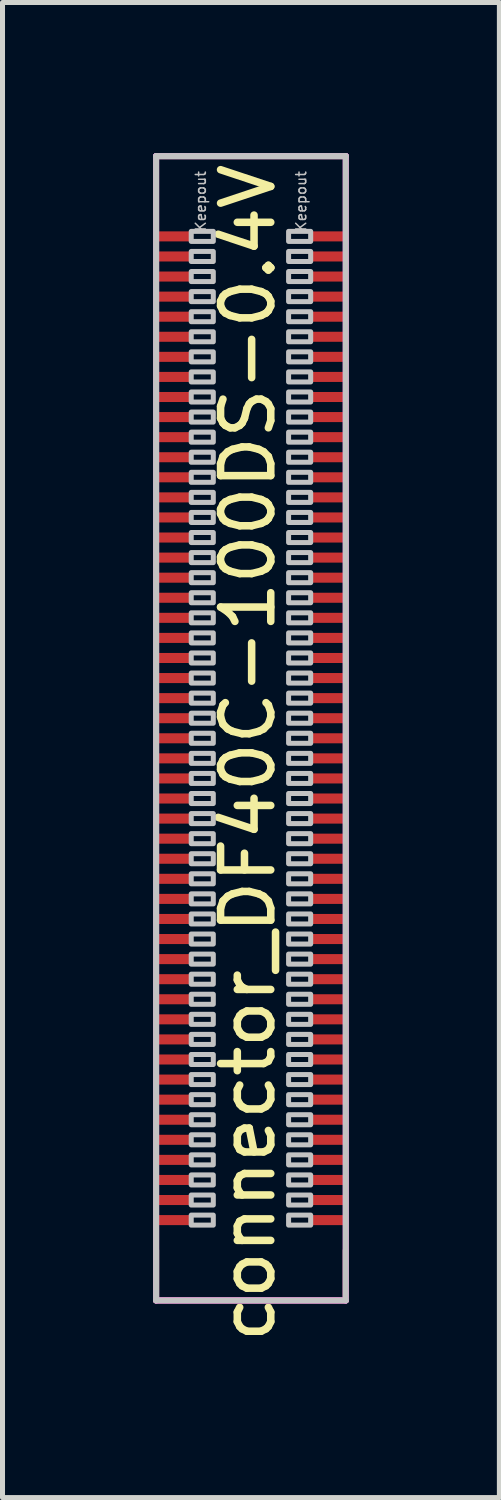
<source format=kicad_pcb>
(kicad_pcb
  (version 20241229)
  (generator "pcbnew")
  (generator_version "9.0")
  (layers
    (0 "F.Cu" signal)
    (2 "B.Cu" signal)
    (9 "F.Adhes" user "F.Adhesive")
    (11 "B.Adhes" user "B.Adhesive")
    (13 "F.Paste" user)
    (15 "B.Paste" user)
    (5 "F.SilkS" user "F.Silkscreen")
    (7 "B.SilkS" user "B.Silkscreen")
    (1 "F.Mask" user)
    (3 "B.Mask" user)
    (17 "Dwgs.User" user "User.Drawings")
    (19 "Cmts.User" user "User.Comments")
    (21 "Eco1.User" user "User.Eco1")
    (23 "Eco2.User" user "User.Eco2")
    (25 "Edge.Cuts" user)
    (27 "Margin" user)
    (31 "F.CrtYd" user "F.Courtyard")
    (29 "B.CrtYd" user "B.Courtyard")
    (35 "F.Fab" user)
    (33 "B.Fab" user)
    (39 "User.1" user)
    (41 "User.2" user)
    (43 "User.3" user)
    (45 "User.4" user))
  (footprint "connector_DF40C-100DS-0.4V"
    (layer "F.Cu")
    (at 1.95 11.46)
    (property "Reference" "connector_DF40C-100DS-0.4V" (at -0.06 0.49 90) (layer "F.SilkS") (effects (font (size 1 1) (thickness 0.15))))
    (attr through_hole)
    (fp_line (start -1.89 -11.4) (end 1.89 -11.4) (stroke (width 0.12) (type solid)) (layer "F.SilkS"))
    (fp_line (start -1.89 11.4) (end -1.89 10.4) (stroke (width 0.12) (type solid)) (layer "F.SilkS"))
    (fp_line (start -1.89 11.4) (end 1.89 11.4) (stroke (width 0.12) (type solid)) (layer "F.SilkS"))
    (fp_line (start 1.89 11.4) (end 1.89 10.4) (stroke (width 0.12) (type solid)) (layer "F.SilkS"))
    (fp_line (start -1.89 -11.4) (end 1.89 -11.4) (stroke (width 0.12) (type solid)) (layer "Dwgs.User"))
    (fp_line (start -1.89 11.4) (end -1.89 -11.4) (stroke (width 0.12) (type solid)) (layer "Dwgs.User"))
    (fp_line (start 1.89 -11.4) (end 1.89 11.4) (stroke (width 0.12) (type solid)) (layer "Dwgs.User"))
    (fp_line (start 1.89 11.4) (end -1.89 11.4) (stroke (width 0.12) (type solid)) (layer "Dwgs.User"))
    (fp_poly (pts (xy -0.75 -9.7) (xy -1.19 -9.7) (xy -1.19 -9.9) (xy -0.75 -9.9)) (stroke (width 0.1) (type solid)) (fill no) (layer "Dwgs.User"))
    (fp_poly (pts (xy -0.75 -9.3) (xy -1.19 -9.3) (xy -1.19 -9.5) (xy -0.75 -9.5)) (stroke (width 0.1) (type solid)) (fill no) (layer "Dwgs.User"))
    (fp_poly (pts (xy -0.75 -8.9) (xy -1.19 -8.9) (xy -1.19 -9.1) (xy -0.75 -9.1)) (stroke (width 0.1) (type solid)) (fill no) (layer "Dwgs.User"))
    (fp_poly (pts (xy -0.75 -8.5) (xy -1.19 -8.5) (xy -1.19 -8.7) (xy -0.75 -8.7)) (stroke (width 0.1) (type solid)) (fill no) (layer "Dwgs.User"))
    (fp_poly (pts (xy -0.75 -8.1) (xy -1.19 -8.1) (xy -1.19 -8.3) (xy -0.75 -8.3)) (stroke (width 0.1) (type solid)) (fill no) (layer "Dwgs.User"))
    (fp_poly (pts (xy -0.75 -7.7) (xy -1.19 -7.7) (xy -1.19 -7.9) (xy -0.75 -7.9)) (stroke (width 0.1) (type solid)) (fill no) (layer "Dwgs.User"))
    (fp_poly (pts (xy -0.75 -7.3) (xy -1.19 -7.3) (xy -1.19 -7.5) (xy -0.75 -7.5)) (stroke (width 0.1) (type solid)) (fill no) (layer "Dwgs.User"))
    (fp_poly (pts (xy -0.75 -6.9) (xy -1.19 -6.9) (xy -1.19 -7.1) (xy -0.75 -7.1)) (stroke (width 0.1) (type solid)) (fill no) (layer "Dwgs.User"))
    (fp_poly (pts (xy -0.75 -6.5) (xy -1.19 -6.5) (xy -1.19 -6.7) (xy -0.75 -6.7)) (stroke (width 0.1) (type solid)) (fill no) (layer "Dwgs.User"))
    (fp_poly (pts (xy -0.75 -6.1) (xy -1.19 -6.1) (xy -1.19 -6.3) (xy -0.75 -6.3)) (stroke (width 0.1) (type solid)) (fill no) (layer "Dwgs.User"))
    (fp_poly (pts (xy -0.75 -5.7) (xy -1.19 -5.7) (xy -1.19 -5.9) (xy -0.75 -5.9)) (stroke (width 0.1) (type solid)) (fill no) (layer "Dwgs.User"))
    (fp_poly (pts (xy -0.75 -5.3) (xy -1.19 -5.3) (xy -1.19 -5.5) (xy -0.75 -5.5)) (stroke (width 0.1) (type solid)) (fill no) (layer "Dwgs.User"))
    (fp_poly (pts (xy -0.75 -4.9) (xy -1.19 -4.9) (xy -1.19 -5.1) (xy -0.75 -5.1)) (stroke (width 0.1) (type solid)) (fill no) (layer "Dwgs.User"))
    (fp_poly (pts (xy -0.75 -4.5) (xy -1.19 -4.5) (xy -1.19 -4.7) (xy -0.75 -4.7)) (stroke (width 0.1) (type solid)) (fill no) (layer "Dwgs.User"))
    (fp_poly (pts (xy -0.75 -4.1) (xy -1.19 -4.1) (xy -1.19 -4.3) (xy -0.75 -4.3)) (stroke (width 0.1) (type solid)) (fill no) (layer "Dwgs.User"))
    (fp_poly (pts (xy -0.75 -3.7) (xy -1.19 -3.7) (xy -1.19 -3.9) (xy -0.75 -3.9)) (stroke (width 0.1) (type solid)) (fill no) (layer "Dwgs.User"))
    (fp_poly (pts (xy -0.75 -3.3) (xy -1.19 -3.3) (xy -1.19 -3.5) (xy -0.75 -3.5)) (stroke (width 0.1) (type solid)) (fill no) (layer "Dwgs.User"))
    (fp_poly (pts (xy -0.75 -2.9) (xy -1.19 -2.9) (xy -1.19 -3.1) (xy -0.75 -3.1)) (stroke (width 0.1) (type solid)) (fill no) (layer "Dwgs.User"))
    (fp_poly (pts (xy -0.75 -2.5) (xy -1.19 -2.5) (xy -1.19 -2.7) (xy -0.75 -2.7)) (stroke (width 0.1) (type solid)) (fill no) (layer "Dwgs.User"))
    (fp_poly (pts (xy -0.75 -2.1) (xy -1.19 -2.1) (xy -1.19 -2.3) (xy -0.75 -2.3)) (stroke (width 0.1) (type solid)) (fill no) (layer "Dwgs.User"))
    (fp_poly (pts (xy -0.75 -1.7) (xy -1.19 -1.7) (xy -1.19 -1.9) (xy -0.75 -1.9)) (stroke (width 0.1) (type solid)) (fill no) (layer "Dwgs.User"))
    (fp_poly (pts (xy -0.75 -1.3) (xy -1.19 -1.3) (xy -1.19 -1.5) (xy -0.75 -1.5)) (stroke (width 0.1) (type solid)) (fill no) (layer "Dwgs.User"))
    (fp_poly (pts (xy -0.75 -0.9) (xy -1.19 -0.9) (xy -1.19 -1.1) (xy -0.75 -1.1)) (stroke (width 0.1) (type solid)) (fill no) (layer "Dwgs.User"))
    (fp_poly (pts (xy -0.75 -0.5) (xy -1.19 -0.5) (xy -1.19 -0.7) (xy -0.75 -0.7)) (stroke (width 0.1) (type solid)) (fill no) (layer "Dwgs.User"))
    (fp_poly (pts (xy -0.75 -0.1) (xy -1.19 -0.1) (xy -1.19 -0.3) (xy -0.75 -0.3)) (stroke (width 0.1) (type solid)) (fill no) (layer "Dwgs.User"))
    (fp_poly (pts (xy -0.75 0.3) (xy -1.19 0.3) (xy -1.19 0.1) (xy -0.75 0.1)) (stroke (width 0.1) (type solid)) (fill no) (layer "Dwgs.User"))
    (fp_poly (pts (xy -0.75 0.7) (xy -1.19 0.7) (xy -1.19 0.5) (xy -0.75 0.5)) (stroke (width 0.1) (type solid)) (fill no) (layer "Dwgs.User"))
    (fp_poly (pts (xy -0.75 1.1) (xy -1.19 1.1) (xy -1.19 0.9) (xy -0.75 0.9)) (stroke (width 0.1) (type solid)) (fill no) (layer "Dwgs.User"))
    (fp_poly (pts (xy -0.75 1.5) (xy -1.19 1.5) (xy -1.19 1.3) (xy -0.75 1.3)) (stroke (width 0.1) (type solid)) (fill no) (layer "Dwgs.User"))
    (fp_poly (pts (xy -0.75 1.9) (xy -1.19 1.9) (xy -1.19 1.7) (xy -0.75 1.7)) (stroke (width 0.1) (type solid)) (fill no) (layer "Dwgs.User"))
    (fp_poly (pts (xy -0.75 2.3) (xy -1.19 2.3) (xy -1.19 2.1) (xy -0.75 2.1)) (stroke (width 0.1) (type solid)) (fill no) (layer "Dwgs.User"))
    (fp_poly (pts (xy -0.75 2.7) (xy -1.19 2.7) (xy -1.19 2.5) (xy -0.75 2.5)) (stroke (width 0.1) (type solid)) (fill no) (layer "Dwgs.User"))
    (fp_poly (pts (xy -0.75 3.1) (xy -1.19 3.1) (xy -1.19 2.9) (xy -0.75 2.9)) (stroke (width 0.1) (type solid)) (fill no) (layer "Dwgs.User"))
    (fp_poly (pts (xy -0.75 3.5) (xy -1.19 3.5) (xy -1.19 3.3) (xy -0.75 3.3)) (stroke (width 0.1) (type solid)) (fill no) (layer "Dwgs.User"))
    (fp_poly (pts (xy -0.75 3.9) (xy -1.19 3.9) (xy -1.19 3.7) (xy -0.75 3.7)) (stroke (width 0.1) (type solid)) (fill no) (layer "Dwgs.User"))
    (fp_poly (pts (xy -0.75 4.3) (xy -1.19 4.3) (xy -1.19 4.1) (xy -0.75 4.1)) (stroke (width 0.1) (type solid)) (fill no) (layer "Dwgs.User"))
    (fp_poly (pts (xy -0.75 4.7) (xy -1.19 4.7) (xy -1.19 4.5) (xy -0.75 4.5)) (stroke (width 0.1) (type solid)) (fill no) (layer "Dwgs.User"))
    (fp_poly (pts (xy -0.75 5.1) (xy -1.19 5.1) (xy -1.19 4.9) (xy -0.75 4.9)) (stroke (width 0.1) (type solid)) (fill no) (layer "Dwgs.User"))
    (fp_poly (pts (xy -0.75 5.5) (xy -1.19 5.5) (xy -1.19 5.3) (xy -0.75 5.3)) (stroke (width 0.1) (type solid)) (fill no) (layer "Dwgs.User"))
    (fp_poly (pts (xy -0.75 5.9) (xy -1.19 5.9) (xy -1.19 5.7) (xy -0.75 5.7)) (stroke (width 0.1) (type solid)) (fill no) (layer "Dwgs.User"))
    (fp_poly (pts (xy -0.75 6.3) (xy -1.19 6.3) (xy -1.19 6.1) (xy -0.75 6.1)) (stroke (width 0.1) (type solid)) (fill no) (layer "Dwgs.User"))
    (fp_poly (pts (xy -0.75 6.7) (xy -1.19 6.7) (xy -1.19 6.5) (xy -0.75 6.5)) (stroke (width 0.1) (type solid)) (fill no) (layer "Dwgs.User"))
    (fp_poly (pts (xy -0.75 7.1) (xy -1.19 7.1) (xy -1.19 6.9) (xy -0.75 6.9)) (stroke (width 0.1) (type solid)) (fill no) (layer "Dwgs.User"))
    (fp_poly (pts (xy -0.75 7.5) (xy -1.19 7.5) (xy -1.19 7.3) (xy -0.75 7.3)) (stroke (width 0.1) (type solid)) (fill no) (layer "Dwgs.User"))
    (fp_poly (pts (xy -0.75 7.9) (xy -1.19 7.9) (xy -1.19 7.7) (xy -0.75 7.7)) (stroke (width 0.1) (type solid)) (fill no) (layer "Dwgs.User"))
    (fp_poly (pts (xy -0.75 8.3) (xy -1.19 8.3) (xy -1.19 8.1) (xy -0.75 8.1)) (stroke (width 0.1) (type solid)) (fill no) (layer "Dwgs.User"))
    (fp_poly (pts (xy -0.75 8.7) (xy -1.19 8.7) (xy -1.19 8.5) (xy -0.75 8.5)) (stroke (width 0.1) (type solid)) (fill no) (layer "Dwgs.User"))
    (fp_poly (pts (xy -0.75 9.1) (xy -1.19 9.1) (xy -1.19 8.9) (xy -0.75 8.9)) (stroke (width 0.1) (type solid)) (fill no) (layer "Dwgs.User"))
    (fp_poly (pts (xy -0.75 9.5) (xy -1.19 9.5) (xy -1.19 9.3) (xy -0.75 9.3)) (stroke (width 0.1) (type solid)) (fill no) (layer "Dwgs.User"))
    (fp_poly (pts (xy -0.75 9.9) (xy -1.19 9.9) (xy -1.19 9.7) (xy -0.75 9.7)) (stroke (width 0.1) (type solid)) (fill no) (layer "Dwgs.User"))
    (fp_poly (pts (xy 1.19 -9.7) (xy 0.75 -9.7) (xy 0.75 -9.9) (xy 1.19 -9.9)) (stroke (width 0.1) (type solid)) (fill no) (layer "Dwgs.User"))
    (fp_poly (pts (xy 1.19 -9.3) (xy 0.75 -9.3) (xy 0.75 -9.5) (xy 1.19 -9.5)) (stroke (width 0.1) (type solid)) (fill no) (layer "Dwgs.User"))
    (fp_poly (pts (xy 1.19 -8.9) (xy 0.75 -8.9) (xy 0.75 -9.1) (xy 1.19 -9.1)) (stroke (width 0.1) (type solid)) (fill no) (layer "Dwgs.User"))
    (fp_poly (pts (xy 1.19 -8.5) (xy 0.75 -8.5) (xy 0.75 -8.7) (xy 1.19 -8.7)) (stroke (width 0.1) (type solid)) (fill no) (layer "Dwgs.User"))
    (fp_poly (pts (xy 1.19 -8.1) (xy 0.75 -8.1) (xy 0.75 -8.3) (xy 1.19 -8.3)) (stroke (width 0.1) (type solid)) (fill no) (layer "Dwgs.User"))
    (fp_poly (pts (xy 1.19 -7.7) (xy 0.75 -7.7) (xy 0.75 -7.9) (xy 1.19 -7.9)) (stroke (width 0.1) (type solid)) (fill no) (layer "Dwgs.User"))
    (fp_poly (pts (xy 1.19 -7.3) (xy 0.75 -7.3) (xy 0.75 -7.5) (xy 1.19 -7.5)) (stroke (width 0.1) (type solid)) (fill no) (layer "Dwgs.User"))
    (fp_poly (pts (xy 1.19 -6.9) (xy 0.75 -6.9) (xy 0.75 -7.1) (xy 1.19 -7.1)) (stroke (width 0.1) (type solid)) (fill no) (layer "Dwgs.User"))
    (fp_poly (pts (xy 1.19 -6.5) (xy 0.75 -6.5) (xy 0.75 -6.7) (xy 1.19 -6.7)) (stroke (width 0.1) (type solid)) (fill no) (layer "Dwgs.User"))
    (fp_poly (pts (xy 1.19 -6.1) (xy 0.75 -6.1) (xy 0.75 -6.3) (xy 1.19 -6.3)) (stroke (width 0.1) (type solid)) (fill no) (layer "Dwgs.User"))
    (fp_poly (pts (xy 1.19 -5.7) (xy 0.75 -5.7) (xy 0.75 -5.9) (xy 1.19 -5.9)) (stroke (width 0.1) (type solid)) (fill no) (layer "Dwgs.User"))
    (fp_poly (pts (xy 1.19 -5.3) (xy 0.75 -5.3) (xy 0.75 -5.5) (xy 1.19 -5.5)) (stroke (width 0.1) (type solid)) (fill no) (layer "Dwgs.User"))
    (fp_poly (pts (xy 1.19 -4.9) (xy 0.75 -4.9) (xy 0.75 -5.1) (xy 1.19 -5.1)) (stroke (width 0.1) (type solid)) (fill no) (layer "Dwgs.User"))
    (fp_poly (pts (xy 1.19 -4.5) (xy 0.75 -4.5) (xy 0.75 -4.7) (xy 1.19 -4.7)) (stroke (width 0.1) (type solid)) (fill no) (layer "Dwgs.User"))
    (fp_poly (pts (xy 1.19 -4.1) (xy 0.75 -4.1) (xy 0.75 -4.3) (xy 1.19 -4.3)) (stroke (width 0.1) (type solid)) (fill no) (layer "Dwgs.User"))
    (fp_poly (pts (xy 1.19 -3.7) (xy 0.75 -3.7) (xy 0.75 -3.9) (xy 1.19 -3.9)) (stroke (width 0.1) (type solid)) (fill no) (layer "Dwgs.User"))
    (fp_poly (pts (xy 1.19 -3.3) (xy 0.75 -3.3) (xy 0.75 -3.5) (xy 1.19 -3.5)) (stroke (width 0.1) (type solid)) (fill no) (layer "Dwgs.User"))
    (fp_poly (pts (xy 1.19 -2.9) (xy 0.75 -2.9) (xy 0.75 -3.1) (xy 1.19 -3.1)) (stroke (width 0.1) (type solid)) (fill no) (layer "Dwgs.User"))
    (fp_poly (pts (xy 1.19 -2.5) (xy 0.75 -2.5) (xy 0.75 -2.7) (xy 1.19 -2.7)) (stroke (width 0.1) (type solid)) (fill no) (layer "Dwgs.User"))
    (fp_poly (pts (xy 1.19 -2.1) (xy 0.75 -2.1) (xy 0.75 -2.3) (xy 1.19 -2.3)) (stroke (width 0.1) (type solid)) (fill no) (layer "Dwgs.User"))
    (fp_poly (pts (xy 1.19 -1.7) (xy 0.75 -1.7) (xy 0.75 -1.9) (xy 1.19 -1.9)) (stroke (width 0.1) (type solid)) (fill no) (layer "Dwgs.User"))
    (fp_poly (pts (xy 1.19 -1.3) (xy 0.75 -1.3) (xy 0.75 -1.5) (xy 1.19 -1.5)) (stroke (width 0.1) (type solid)) (fill no) (layer "Dwgs.User"))
    (fp_poly (pts (xy 1.19 -0.9) (xy 0.75 -0.9) (xy 0.75 -1.1) (xy 1.19 -1.1)) (stroke (width 0.1) (type solid)) (fill no) (layer "Dwgs.User"))
    (fp_poly (pts (xy 1.19 -0.5) (xy 0.75 -0.5) (xy 0.75 -0.7) (xy 1.19 -0.7)) (stroke (width 0.1) (type solid)) (fill no) (layer "Dwgs.User"))
    (fp_poly (pts (xy 1.19 -0.1) (xy 0.75 -0.1) (xy 0.75 -0.3) (xy 1.19 -0.3)) (stroke (width 0.1) (type solid)) (fill no) (layer "Dwgs.User"))
    (fp_poly (pts (xy 1.19 0.3) (xy 0.75 0.3) (xy 0.75 0.1) (xy 1.19 0.1)) (stroke (width 0.1) (type solid)) (fill no) (layer "Dwgs.User"))
    (fp_poly (pts (xy 1.19 0.7) (xy 0.75 0.7) (xy 0.75 0.5) (xy 1.19 0.5)) (stroke (width 0.1) (type solid)) (fill no) (layer "Dwgs.User"))
    (fp_poly (pts (xy 1.19 1.1) (xy 0.75 1.1) (xy 0.75 0.9) (xy 1.19 0.9)) (stroke (width 0.1) (type solid)) (fill no) (layer "Dwgs.User"))
    (fp_poly (pts (xy 1.19 1.5) (xy 0.75 1.5) (xy 0.75 1.3) (xy 1.19 1.3)) (stroke (width 0.1) (type solid)) (fill no) (layer "Dwgs.User"))
    (fp_poly (pts (xy 1.19 1.9) (xy 0.75 1.9) (xy 0.75 1.7) (xy 1.19 1.7)) (stroke (width 0.1) (type solid)) (fill no) (layer "Dwgs.User"))
    (fp_poly (pts (xy 1.19 2.3) (xy 0.75 2.3) (xy 0.75 2.1) (xy 1.19 2.1)) (stroke (width 0.1) (type solid)) (fill no) (layer "Dwgs.User"))
    (fp_poly (pts (xy 1.19 2.7) (xy 0.75 2.7) (xy 0.75 2.5) (xy 1.19 2.5)) (stroke (width 0.1) (type solid)) (fill no) (layer "Dwgs.User"))
    (fp_poly (pts (xy 1.19 3.1) (xy 0.75 3.1) (xy 0.75 2.9) (xy 1.19 2.9)) (stroke (width 0.1) (type solid)) (fill no) (layer "Dwgs.User"))
    (fp_poly (pts (xy 1.19 3.5) (xy 0.75 3.5) (xy 0.75 3.3) (xy 1.19 3.3)) (stroke (width 0.1) (type solid)) (fill no) (layer "Dwgs.User"))
    (fp_poly (pts (xy 1.19 3.9) (xy 0.75 3.9) (xy 0.75 3.7) (xy 1.19 3.7)) (stroke (width 0.1) (type solid)) (fill no) (layer "Dwgs.User"))
    (fp_poly (pts (xy 1.19 4.3) (xy 0.75 4.3) (xy 0.75 4.1) (xy 1.19 4.1)) (stroke (width 0.1) (type solid)) (fill no) (layer "Dwgs.User"))
    (fp_poly (pts (xy 1.19 4.7) (xy 0.75 4.7) (xy 0.75 4.5) (xy 1.19 4.5)) (stroke (width 0.1) (type solid)) (fill no) (layer "Dwgs.User"))
    (fp_poly (pts (xy 1.19 5.1) (xy 0.75 5.1) (xy 0.75 4.9) (xy 1.19 4.9)) (stroke (width 0.1) (type solid)) (fill no) (layer "Dwgs.User"))
    (fp_poly (pts (xy 1.19 5.5) (xy 0.75 5.5) (xy 0.75 5.3) (xy 1.19 5.3)) (stroke (width 0.1) (type solid)) (fill no) (layer "Dwgs.User"))
    (fp_poly (pts (xy 1.19 5.9) (xy 0.75 5.9) (xy 0.75 5.7) (xy 1.19 5.7)) (stroke (width 0.1) (type solid)) (fill no) (layer "Dwgs.User"))
    (fp_poly (pts (xy 1.19 6.3) (xy 0.75 6.3) (xy 0.75 6.1) (xy 1.19 6.1)) (stroke (width 0.1) (type solid)) (fill no) (layer "Dwgs.User"))
    (fp_poly (pts (xy 1.19 6.7) (xy 0.75 6.7) (xy 0.75 6.5) (xy 1.19 6.5)) (stroke (width 0.1) (type solid)) (fill no) (layer "Dwgs.User"))
    (fp_poly (pts (xy 1.19 7.1) (xy 0.75 7.1) (xy 0.75 6.9) (xy 1.19 6.9)) (stroke (width 0.1) (type solid)) (fill no) (layer "Dwgs.User"))
    (fp_poly (pts (xy 1.19 7.5) (xy 0.75 7.5) (xy 0.75 7.3) (xy 1.19 7.3)) (stroke (width 0.1) (type solid)) (fill no) (layer "Dwgs.User"))
    (fp_poly (pts (xy 1.19 7.9) (xy 0.75 7.9) (xy 0.75 7.7) (xy 1.19 7.7)) (stroke (width 0.1) (type solid)) (fill no) (layer "Dwgs.User"))
    (fp_poly (pts (xy 1.19 8.3) (xy 0.75 8.3) (xy 0.75 8.1) (xy 1.19 8.1)) (stroke (width 0.1) (type solid)) (fill no) (layer "Dwgs.User"))
    (fp_poly (pts (xy 1.19 8.7) (xy 0.75 8.7) (xy 0.75 8.5) (xy 1.19 8.5)) (stroke (width 0.1) (type solid)) (fill no) (layer "Dwgs.User"))
    (fp_poly (pts (xy 1.19 9.1) (xy 0.75 9.1) (xy 0.75 8.9) (xy 1.19 8.9)) (stroke (width 0.1) (type solid)) (fill no) (layer "Dwgs.User"))
    (fp_poly (pts (xy 1.19 9.5) (xy 0.75 9.5) (xy 0.75 9.3) (xy 1.19 9.3)) (stroke (width 0.1) (type solid)) (fill no) (layer "Dwgs.User"))
    (fp_poly (pts (xy 1.19 9.9) (xy 0.75 9.9) (xy 0.75 9.7) (xy 1.19 9.7)) (stroke (width 0.1) (type solid)) (fill no) (layer "Dwgs.User"))
    (fp_line (start -1.89 -11.4) (end 1.89 -11.4) (stroke (width 0.12) (type solid)) (layer "F.CrtYd"))
    (fp_line (start -1.89 11.4) (end -1.89 -11.4) (stroke (width 0.12) (type solid)) (layer "F.CrtYd"))
    (fp_line (start 1.89 -11.4) (end 1.89 11.4) (stroke (width 0.12) (type solid)) (layer "F.CrtYd"))
    (fp_line (start 1.89 11.4) (end -1.89 11.4) (stroke (width 0.12) (type solid)) (layer "F.CrtYd"))
    (fp_line (start -1.89 -11.4) (end 1.89 -11.4) (stroke (width 0.12) (type solid)) (layer "F.Fab"))
    (fp_line (start -1.89 11.4) (end -1.89 -11.4) (stroke (width 0.12) (type solid)) (layer "F.Fab"))
    (fp_line (start 1.89 -11.4) (end 1.89 11.4) (stroke (width 0.12) (type solid)) (layer "F.Fab"))
    (fp_line (start 1.89 11.4) (end -1.89 11.4) (stroke (width 0.12) (type solid)) (layer "F.Fab"))
    (fp_text user "Keepout" (at 1 -10.5 90) (layer "Dwgs.User") (effects (font (size 0.2 0.2) (thickness 0.03))))
    (fp_text user "Keepout" (at -1 -10.5 90) (layer "Dwgs.User") (effects (font (size 0.2 0.2) (thickness 0.03))))
    (pad "1" smd rect (at -1.54 -9.8 270) (size 0.2 0.7) (layers "F.Cu" "F.Mask" "F.Paste"))
    (pad "2" smd rect (at 1.54 -9.8 270) (size 0.2 0.7) (layers "F.Cu" "F.Mask" "F.Paste"))
    (pad "3" smd rect (at -1.54 -9.4 270) (size 0.2 0.7) (layers "F.Cu" "F.Mask" "F.Paste"))
    (pad "4" smd rect (at 1.54 -9.4 270) (size 0.2 0.7) (layers "F.Cu" "F.Mask" "F.Paste"))
    (pad "5" smd rect (at -1.54 -9 270) (size 0.2 0.7) (layers "F.Cu" "F.Mask" "F.Paste"))
    (pad "6" smd rect (at 1.54 -9 270) (size 0.2 0.7) (layers "F.Cu" "F.Mask" "F.Paste"))
    (pad "7" smd rect (at -1.54 -8.6 270) (size 0.2 0.7) (layers "F.Cu" "F.Mask" "F.Paste"))
    (pad "8" smd rect (at 1.54 -8.6 270) (size 0.2 0.7) (layers "F.Cu" "F.Mask" "F.Paste"))
    (pad "9" smd rect (at -1.54 -8.2 270) (size 0.2 0.7) (layers "F.Cu" "F.Mask" "F.Paste"))
    (pad "10" smd rect (at 1.54 -8.2 270) (size 0.2 0.7) (layers "F.Cu" "F.Mask" "F.Paste"))
    (pad "11" smd rect (at -1.54 -7.8 270) (size 0.2 0.7) (layers "F.Cu" "F.Mask" "F.Paste"))
    (pad "12" smd rect (at 1.54 -7.8 270) (size 0.2 0.7) (layers "F.Cu" "F.Mask" "F.Paste"))
    (pad "13" smd rect (at -1.54 -7.4 270) (size 0.2 0.7) (layers "F.Cu" "F.Mask" "F.Paste"))
    (pad "14" smd rect (at 1.54 -7.4 270) (size 0.2 0.7) (layers "F.Cu" "F.Mask" "F.Paste"))
    (pad "15" smd rect (at -1.54 -7 270) (size 0.2 0.7) (layers "F.Cu" "F.Mask" "F.Paste"))
    (pad "16" smd rect (at 1.54 -7 270) (size 0.2 0.7) (layers "F.Cu" "F.Mask" "F.Paste"))
    (pad "17" smd rect (at -1.54 -6.6 270) (size 0.2 0.7) (layers "F.Cu" "F.Mask" "F.Paste"))
    (pad "18" smd rect (at 1.54 -6.6 270) (size 0.2 0.7) (layers "F.Cu" "F.Mask" "F.Paste"))
    (pad "19" smd rect (at -1.54 -6.2 270) (size 0.2 0.7) (layers "F.Cu" "F.Mask" "F.Paste"))
    (pad "20" smd rect (at 1.54 -6.2 270) (size 0.2 0.7) (layers "F.Cu" "F.Mask" "F.Paste"))
    (pad "21" smd rect (at -1.54 -5.8 270) (size 0.2 0.7) (layers "F.Cu" "F.Mask" "F.Paste"))
    (pad "22" smd rect (at 1.54 -5.8 270) (size 0.2 0.7) (layers "F.Cu" "F.Mask" "F.Paste"))
    (pad "23" smd rect (at -1.54 -5.4 270) (size 0.2 0.7) (layers "F.Cu" "F.Mask" "F.Paste"))
    (pad "24" smd rect (at 1.54 -5.4 270) (size 0.2 0.7) (layers "F.Cu" "F.Mask" "F.Paste"))
    (pad "25" smd rect (at -1.54 -5 270) (size 0.2 0.7) (layers "F.Cu" "F.Mask" "F.Paste"))
    (pad "26" smd rect (at 1.54 -5 270) (size 0.2 0.7) (layers "F.Cu" "F.Mask" "F.Paste"))
    (pad "27" smd rect (at -1.54 -4.6 270) (size 0.2 0.7) (layers "F.Cu" "F.Mask" "F.Paste"))
    (pad "28" smd rect (at 1.54 -4.6 270) (size 0.2 0.7) (layers "F.Cu" "F.Mask" "F.Paste"))
    (pad "29" smd rect (at -1.54 -4.2 270) (size 0.2 0.7) (layers "F.Cu" "F.Mask" "F.Paste"))
    (pad "30" smd rect (at 1.54 -4.2 270) (size 0.2 0.7) (layers "F.Cu" "F.Mask" "F.Paste"))
    (pad "31" smd rect (at -1.54 -3.8 270) (size 0.2 0.7) (layers "F.Cu" "F.Mask" "F.Paste"))
    (pad "32" smd rect (at 1.54 -3.8 270) (size 0.2 0.7) (layers "F.Cu" "F.Mask" "F.Paste"))
    (pad "33" smd rect (at -1.54 -3.4 270) (size 0.2 0.7) (layers "F.Cu" "F.Mask" "F.Paste"))
    (pad "34" smd rect (at 1.54 -3.4 270) (size 0.2 0.7) (layers "F.Cu" "F.Mask" "F.Paste"))
    (pad "35" smd rect (at -1.54 -3 270) (size 0.2 0.7) (layers "F.Cu" "F.Mask" "F.Paste"))
    (pad "36" smd rect (at 1.54 -3 270) (size 0.2 0.7) (layers "F.Cu" "F.Mask" "F.Paste"))
    (pad "37" smd rect (at -1.54 -2.6 270) (size 0.2 0.7) (layers "F.Cu" "F.Mask" "F.Paste"))
    (pad "38" smd rect (at 1.54 -2.6 270) (size 0.2 0.7) (layers "F.Cu" "F.Mask" "F.Paste"))
    (pad "39" smd rect (at -1.54 -2.2 270) (size 0.2 0.7) (layers "F.Cu" "F.Mask" "F.Paste"))
    (pad "40" smd rect (at 1.54 -2.2 270) (size 0.2 0.7) (layers "F.Cu" "F.Mask" "F.Paste"))
    (pad "41" smd rect (at -1.54 -1.8 270) (size 0.2 0.7) (layers "F.Cu" "F.Mask" "F.Paste"))
    (pad "42" smd rect (at 1.54 -1.8 270) (size 0.2 0.7) (layers "F.Cu" "F.Mask" "F.Paste"))
    (pad "43" smd rect (at -1.54 -1.4 270) (size 0.2 0.7) (layers "F.Cu" "F.Mask" "F.Paste"))
    (pad "44" smd rect (at 1.54 -1.4 270) (size 0.2 0.7) (layers "F.Cu" "F.Mask" "F.Paste"))
    (pad "45" smd rect (at -1.54 -1 270) (size 0.2 0.7) (layers "F.Cu" "F.Mask" "F.Paste"))
    (pad "46" smd rect (at 1.54 -1 270) (size 0.2 0.7) (layers "F.Cu" "F.Mask" "F.Paste"))
    (pad "47" smd rect (at -1.54 -0.6 270) (size 0.2 0.7) (layers "F.Cu" "F.Mask" "F.Paste"))
    (pad "48" smd rect (at 1.54 -0.6 270) (size 0.2 0.7) (layers "F.Cu" "F.Mask" "F.Paste"))
    (pad "49" smd rect (at -1.54 -0.2 270) (size 0.2 0.7) (layers "F.Cu" "F.Mask" "F.Paste"))
    (pad "50" smd rect (at 1.54 -0.2 270) (size 0.2 0.7) (layers "F.Cu" "F.Mask" "F.Paste"))
    (pad "51" smd rect (at -1.54 0.2 270) (size 0.2 0.7) (layers "F.Cu" "F.Mask" "F.Paste"))
    (pad "52" smd rect (at 1.54 0.2 270) (size 0.2 0.7) (layers "F.Cu" "F.Mask" "F.Paste"))
    (pad "53" smd rect (at -1.54 0.6 270) (size 0.2 0.7) (layers "F.Cu" "F.Mask" "F.Paste"))
    (pad "54" smd rect (at 1.54 0.6 270) (size 0.2 0.7) (layers "F.Cu" "F.Mask" "F.Paste"))
    (pad "55" smd rect (at -1.54 1 270) (size 0.2 0.7) (layers "F.Cu" "F.Mask" "F.Paste"))
    (pad "56" smd rect (at 1.54 1 270) (size 0.2 0.7) (layers "F.Cu" "F.Mask" "F.Paste"))
    (pad "57" smd rect (at -1.54 1.4 270) (size 0.2 0.7) (layers "F.Cu" "F.Mask" "F.Paste"))
    (pad "58" smd rect (at 1.54 1.4 270) (size 0.2 0.7) (layers "F.Cu" "F.Mask" "F.Paste"))
    (pad "59" smd rect (at -1.54 1.8 270) (size 0.2 0.7) (layers "F.Cu" "F.Mask" "F.Paste"))
    (pad "60" smd rect (at 1.54 1.8 270) (size 0.2 0.7) (layers "F.Cu" "F.Mask" "F.Paste"))
    (pad "61" smd rect (at -1.54 2.2 270) (size 0.2 0.7) (layers "F.Cu" "F.Mask" "F.Paste"))
    (pad "62" smd rect (at 1.54 2.2 270) (size 0.2 0.7) (layers "F.Cu" "F.Mask" "F.Paste"))
    (pad "63" smd rect (at -1.54 2.6 270) (size 0.2 0.7) (layers "F.Cu" "F.Mask" "F.Paste"))
    (pad "64" smd rect (at 1.54 2.6 270) (size 0.2 0.7) (layers "F.Cu" "F.Mask" "F.Paste"))
    (pad "65" smd rect (at -1.54 3 270) (size 0.2 0.7) (layers "F.Cu" "F.Mask" "F.Paste"))
    (pad "66" smd rect (at 1.54 3 270) (size 0.2 0.7) (layers "F.Cu" "F.Mask" "F.Paste"))
    (pad "67" smd rect (at -1.54 3.4 270) (size 0.2 0.7) (layers "F.Cu" "F.Mask" "F.Paste"))
    (pad "68" smd rect (at 1.54 3.4 270) (size 0.2 0.7) (layers "F.Cu" "F.Mask" "F.Paste"))
    (pad "69" smd rect (at -1.54 3.8 270) (size 0.2 0.7) (layers "F.Cu" "F.Mask" "F.Paste"))
    (pad "70" smd rect (at 1.54 3.8 270) (size 0.2 0.7) (layers "F.Cu" "F.Mask" "F.Paste"))
    (pad "71" smd rect (at -1.54 4.2 270) (size 0.2 0.7) (layers "F.Cu" "F.Mask" "F.Paste"))
    (pad "72" smd rect (at 1.54 4.2 270) (size 0.2 0.7) (layers "F.Cu" "F.Mask" "F.Paste"))
    (pad "73" smd rect (at -1.54 4.6 270) (size 0.2 0.7) (layers "F.Cu" "F.Mask" "F.Paste"))
    (pad "74" smd rect (at 1.54 4.6 270) (size 0.2 0.7) (layers "F.Cu" "F.Mask" "F.Paste"))
    (pad "75" smd rect (at -1.54 5 270) (size 0.2 0.7) (layers "F.Cu" "F.Mask" "F.Paste"))
    (pad "76" smd rect (at 1.54 5 270) (size 0.2 0.7) (layers "F.Cu" "F.Mask" "F.Paste"))
    (pad "77" smd rect (at -1.54 5.4 270) (size 0.2 0.7) (layers "F.Cu" "F.Mask" "F.Paste"))
    (pad "78" smd rect (at 1.54 5.4 270) (size 0.2 0.7) (layers "F.Cu" "F.Mask" "F.Paste"))
    (pad "79" smd rect (at -1.54 5.8 270) (size 0.2 0.7) (layers "F.Cu" "F.Mask" "F.Paste"))
    (pad "80" smd rect (at 1.54 5.8 270) (size 0.2 0.7) (layers "F.Cu" "F.Mask" "F.Paste"))
    (pad "81" smd rect (at -1.54 6.2 270) (size 0.2 0.7) (layers "F.Cu" "F.Mask" "F.Paste"))
    (pad "82" smd rect (at 1.54 6.2 270) (size 0.2 0.7) (layers "F.Cu" "F.Mask" "F.Paste"))
    (pad "83" smd rect (at -1.54 6.6 270) (size 0.2 0.7) (layers "F.Cu" "F.Mask" "F.Paste"))
    (pad "84" smd rect (at 1.54 6.6 270) (size 0.2 0.7) (layers "F.Cu" "F.Mask" "F.Paste"))
    (pad "85" smd rect (at -1.54 7 270) (size 0.2 0.7) (layers "F.Cu" "F.Mask" "F.Paste"))
    (pad "86" smd rect (at 1.54 7 270) (size 0.2 0.7) (layers "F.Cu" "F.Mask" "F.Paste"))
    (pad "87" smd rect (at -1.54 7.4 270) (size 0.2 0.7) (layers "F.Cu" "F.Mask" "F.Paste"))
    (pad "88" smd rect (at 1.54 7.4 270) (size 0.2 0.7) (layers "F.Cu" "F.Mask" "F.Paste"))
    (pad "89" smd rect (at -1.54 7.8 270) (size 0.2 0.7) (layers "F.Cu" "F.Mask" "F.Paste"))
    (pad "90" smd rect (at 1.54 7.8 270) (size 0.2 0.7) (layers "F.Cu" "F.Mask" "F.Paste"))
    (pad "91" smd rect (at -1.54 8.2 270) (size 0.2 0.7) (layers "F.Cu" "F.Mask" "F.Paste"))
    (pad "92" smd rect (at 1.54 8.2 270) (size 0.2 0.7) (layers "F.Cu" "F.Mask" "F.Paste"))
    (pad "93" smd rect (at -1.54 8.6 270) (size 0.2 0.7) (layers "F.Cu" "F.Mask" "F.Paste"))
    (pad "94" smd rect (at 1.54 8.6 270) (size 0.2 0.7) (layers "F.Cu" "F.Mask" "F.Paste"))
    (pad "95" smd rect (at -1.54 9 270) (size 0.2 0.7) (layers "F.Cu" "F.Mask" "F.Paste"))
    (pad "96" smd rect (at 1.54 9 270) (size 0.2 0.7) (layers "F.Cu" "F.Mask" "F.Paste"))
    (pad "97" smd rect (at -1.54 9.4 270) (size 0.2 0.7) (layers "F.Cu" "F.Mask" "F.Paste"))
    (pad "98" smd rect (at 1.54 9.4 270) (size 0.2 0.7) (layers "F.Cu" "F.Mask" "F.Paste"))
    (pad "99" smd rect (at -1.54 9.8 270) (size 0.2 0.7) (layers "F.Cu" "F.Mask" "F.Paste"))
    (pad "100" smd rect (at 1.54 9.8 270) (size 0.2 0.7) (layers "F.Cu" "F.Mask" "F.Paste")))
  (gr_rect
    (start -3 -3)
    (end 6.9 26.789)
    (stroke (width 0.1) (type default))
    (fill no)
    (layer "Edge.Cuts")))
</source>
